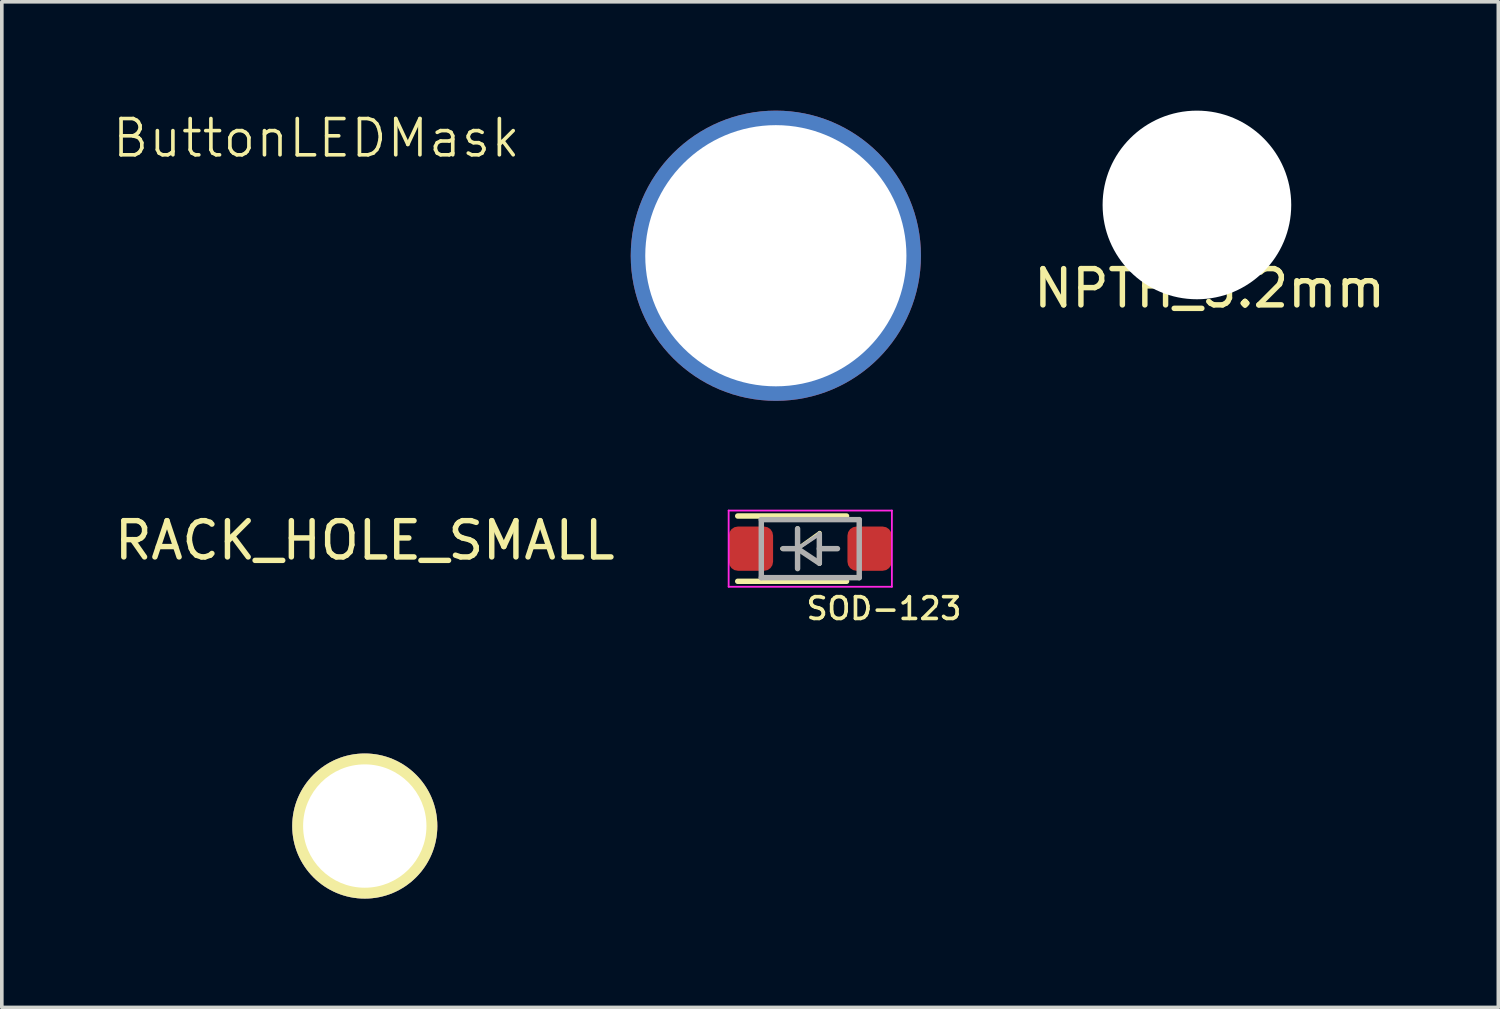
<source format=kicad_pcb>
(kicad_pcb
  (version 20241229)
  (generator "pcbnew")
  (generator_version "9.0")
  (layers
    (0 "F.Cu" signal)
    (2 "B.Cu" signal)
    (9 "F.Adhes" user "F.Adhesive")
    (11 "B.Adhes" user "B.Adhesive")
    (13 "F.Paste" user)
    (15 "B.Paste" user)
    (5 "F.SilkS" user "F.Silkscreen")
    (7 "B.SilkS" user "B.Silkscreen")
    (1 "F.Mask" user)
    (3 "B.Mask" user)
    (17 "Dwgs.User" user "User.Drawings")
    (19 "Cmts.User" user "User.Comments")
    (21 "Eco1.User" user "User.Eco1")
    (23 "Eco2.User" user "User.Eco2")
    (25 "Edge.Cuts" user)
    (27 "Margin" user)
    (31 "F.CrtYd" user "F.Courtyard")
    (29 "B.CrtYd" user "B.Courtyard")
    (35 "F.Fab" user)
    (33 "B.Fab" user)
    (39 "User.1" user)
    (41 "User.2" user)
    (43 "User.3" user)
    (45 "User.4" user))
  (footprint "ButtonLEDMask"
    (layer "F.Cu")
    (at 5.669 1.26)
    (property "Reference" "ButtonLEDMask" (at 0 -0.5 0) (unlocked yes) (layer "F.SilkS") (effects (font (size 1 1) (thickness 0.1))))
    (attr smd)
    (fp_rect (start -4 -1) (end 4 1) (stroke (width 0) (type solid)) (fill yes) (layer "F.Mask"))
    (fp_rect (start -4 -1) (end 4 1) (stroke (width 0) (type solid)) (fill yes) (layer "B.Mask"))
    (zone (net_name "") (layers "F.Cu" "F.Mask" "B.Cu") (hatch edge 0.5) (connect_pads) (min_thickness 0.25) (filled_areas_thickness no) (keepout (tracks allowed) (vias allowed) (pads allowed) (copperpour not_allowed) (footprints allowed)) (placement (enabled no)) (fill) (polygon (pts (xy 1.569 0.161) (xy 1.569 2.361) (xy 9.769 2.361) (xy 9.769 0.161)))))
  (footprint "SOD-123"
    (placed yes)
    (layer "F.Cu")
    (at 19.287 12.075)
    (property "Reference" "SOD-123" (at 2.032 1.651 0) (layer "F.SilkS") (effects (font (size 0.6 0.6) (thickness 0.1))))
    (attr smd)
    (fp_line (start -2 -0.9) (end 1 -0.9) (stroke (width 0.15) (type solid)) (layer "F.SilkS"))
    (fp_line (start -2 0.9) (end 1 0.9) (stroke (width 0.15) (type solid)) (layer "F.SilkS"))
    (fp_line (start -0.78 0) (end -0.34 0) (stroke (width 0.1) (type solid)) (layer "F.SilkS"))
    (fp_line (start -0.35 -0.57) (end -0.35 0.56) (stroke (width 0.1) (type solid)) (layer "F.SilkS"))
    (fp_line (start -0.35 0) (end 0.26 -0.44) (stroke (width 0.1) (type solid)) (layer "F.SilkS"))
    (fp_line (start 0.26 -0.44) (end 0.26 0.42) (stroke (width 0.1) (type solid)) (layer "F.SilkS"))
    (fp_line (start 0.26 0) (end 0.74 0) (stroke (width 0.1) (type solid)) (layer "F.SilkS"))
    (fp_line (start 0.26 0.42) (end -0.35 0) (stroke (width 0.1) (type solid)) (layer "F.SilkS"))
    (fp_line (start -2.25 -1.05) (end -2.25 1.05) (stroke (width 0.05) (type solid)) (layer "F.CrtYd"))
    (fp_line (start -2.25 -1.05) (end 2.25 -1.05) (stroke (width 0.05) (type solid)) (layer "F.CrtYd"))
    (fp_line (start 2.25 -1.05) (end 2.25 1.05) (stroke (width 0.05) (type solid)) (layer "F.CrtYd"))
    (fp_line (start 2.25 1.05) (end -2.25 1.05) (stroke (width 0.05) (type solid)) (layer "F.CrtYd"))
    (fp_line (start -1.35 -0.8) (end 1.35 -0.8) (stroke (width 0.15) (type solid)) (layer "F.Fab"))
    (fp_line (start -1.35 0.8) (end -1.35 -0.8) (stroke (width 0.15) (type solid)) (layer "F.Fab"))
    (fp_line (start -0.75 0) (end -0.35 0) (stroke (width 0.15) (type solid)) (layer "F.Fab"))
    (fp_line (start -0.35 0) (end -0.35 -0.55) (stroke (width 0.15) (type solid)) (layer "F.Fab"))
    (fp_line (start -0.35 0) (end -0.35 0.55) (stroke (width 0.15) (type solid)) (layer "F.Fab"))
    (fp_line (start -0.35 0) (end 0.25 -0.4) (stroke (width 0.1) (type solid)) (layer "F.Fab"))
    (fp_line (start 0.25 -0.4) (end 0.25 0.4) (stroke (width 0.15) (type solid)) (layer "F.Fab"))
    (fp_line (start 0.25 0) (end 0.75 0) (stroke (width 0.15) (type solid)) (layer "F.Fab"))
    (fp_line (start 0.25 0.4) (end -0.35 0) (stroke (width 0.15) (type solid)) (layer "F.Fab"))
    (fp_line (start 1.35 -0.8) (end 1.35 0.8) (stroke (width 0.15) (type solid)) (layer "F.Fab"))
    (fp_line (start 1.35 0.8) (end -1.35 0.8) (stroke (width 0.15) (type solid)) (layer "F.Fab"))
    (pad "1" smd roundrect (at -1.635 0) (size 1.22 1.22) (layers "F.Cu" "F.Mask" "F.Paste") (roundrect_rratio 0.205))
    (pad "2" smd roundrect (at 1.635 0) (size 1.22 1.22) (layers "F.Cu" "F.Mask" "F.Paste") (roundrect_rratio 0.205)))
  (footprint "HOLE_7.2"
    (layer "F.Cu")
    (at 18.338 4)
    (property "Reference" "HOLE_7.2" (at 0 0.5 0) (layer "F.SilkS") (effects (font (size 1 1) (thickness 0.15))))
    (attr through_hole)
    (pad "1" thru_hole circle (at 0 0) (size 8 8) (drill 7.2) (layers "*.Cu" "*.Mask")))
  (footprint "RACK_HOLE_SMALL"
    (layer "F.Cu")
    (at 7.006 19.722)
    (property "Reference" "RACK_HOLE_SMALL" (at 0 -7.874 0) (layer "F.SilkS") (effects (font (size 1 1) (thickness 0.15))))
    (attr through_hole)
    (pad "1" thru_hole circle (at 0 0) (size 4 4) (drill 3.4) (layers "*.Cu" "*.Mask" "F.SilkS")))
  (footprint "NPTH_5.2mm"
    (layer "F.Cu")
    (at 29.946 2.6)
    (property "Reference" "NPTH_5.2mm" (at 0.35 2.3 0) (layer "F.SilkS") (effects (font (size 1 1) (thickness 0.15))))
    (attr through_hole)
    (pad "" np_thru_hole circle (at 0 0) (size 5.2 5.2) (drill 5.2) (layers "*.Cu" "*.Mask")))
  (gr_rect
    (start -3 -3)
    (end 38.255 24.722)
    (stroke (width 0.1) (type default))
    (fill no)
    (layer "Edge.Cuts")))
</source>
